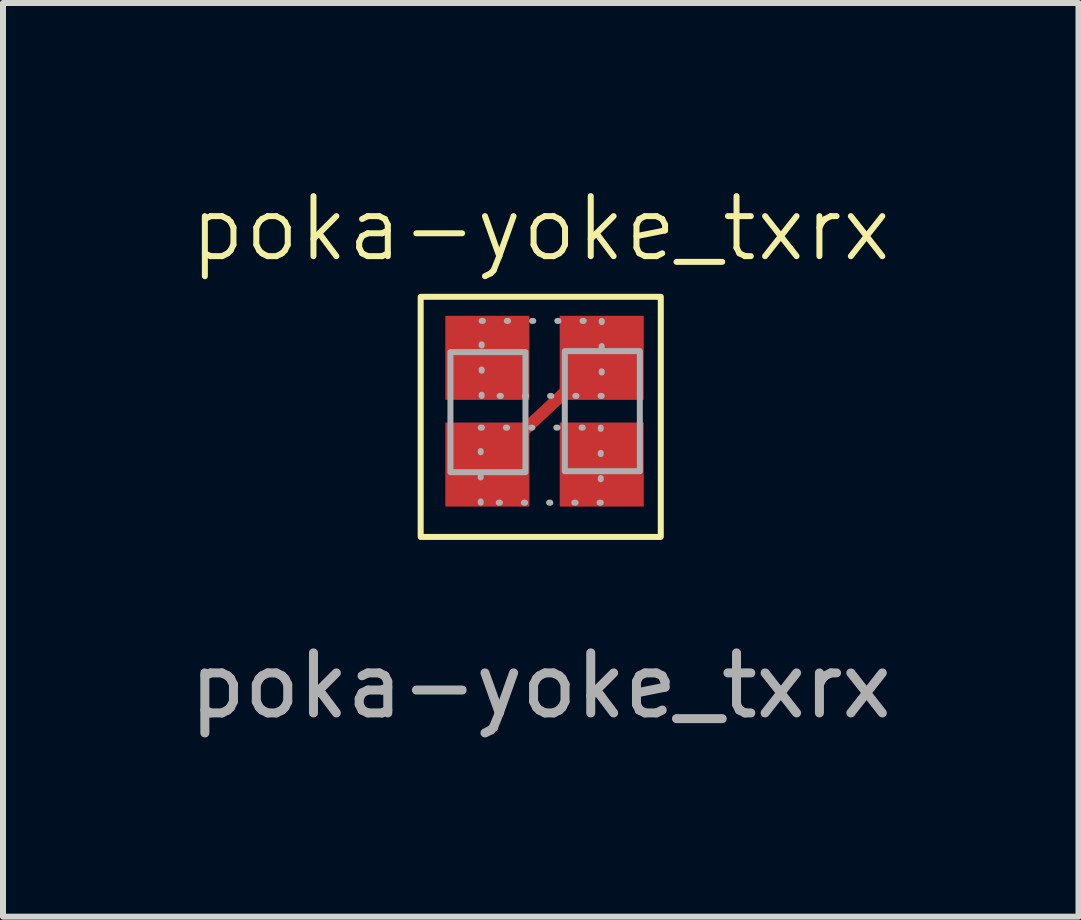
<source format=kicad_pcb>
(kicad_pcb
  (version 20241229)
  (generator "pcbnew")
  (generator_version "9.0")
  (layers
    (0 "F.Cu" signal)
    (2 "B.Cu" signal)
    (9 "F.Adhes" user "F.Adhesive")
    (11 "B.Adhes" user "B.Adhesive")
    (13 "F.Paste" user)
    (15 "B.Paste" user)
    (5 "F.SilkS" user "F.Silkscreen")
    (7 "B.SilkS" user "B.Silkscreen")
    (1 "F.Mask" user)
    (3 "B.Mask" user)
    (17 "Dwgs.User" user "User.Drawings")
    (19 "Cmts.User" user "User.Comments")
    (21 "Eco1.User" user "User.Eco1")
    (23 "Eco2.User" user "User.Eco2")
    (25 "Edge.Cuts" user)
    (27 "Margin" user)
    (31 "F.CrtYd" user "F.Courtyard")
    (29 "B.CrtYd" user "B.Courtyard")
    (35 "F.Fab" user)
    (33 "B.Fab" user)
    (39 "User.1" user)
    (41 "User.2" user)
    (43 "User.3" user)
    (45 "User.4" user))
  (footprint "poka-yoke_txrx"
    (layer "F.Cu")
    (at 5.958 1.26)
    (property "Reference" "poka-yoke_txrx" (at 0 -0.5 0) (unlocked yes) (layer "F.SilkS") (effects (font (size 1 1) (thickness 0.1))))
    (fp_line (start -0.889 3.429) (end 1.016 1.651) (stroke (width 0.2) (type default)) (layer "F.Cu"))
    (fp_rect (start -2 0.635) (end 2 4.635) (stroke (width 0.1) (type default)) (fill no) (layer "F.SilkS"))
    (fp_rect (start -1.504 3.556) (end -0.254 1.556) (stroke (width 0.1) (type default)) (fill no) (layer "F.Fab"))
    (fp_rect (start 0.401 3.54) (end 1.651 1.54) (stroke (width 0.1) (type default)) (fill no) (layer "F.Fab"))
    (fp_rect (start 1 4.064) (end -1 2.814) (stroke (width 0.1) (type dot)) (fill no) (layer "F.Fab"))
    (fp_rect (start 1.016 2.286) (end -0.984 1.036) (stroke (width 0.1) (type dot)) (fill no) (layer "F.Fab"))
    (fp_text user "${REFERENCE}" (at 0 7.112 0) (unlocked yes) (layer "F.Fab") (effects (font (size 1 1) (thickness 0.15))))
    (pad "1" smd rect (at -0.889 1.651) (size 1.4 1.4) (layers "F.Cu" "F.Mask" "F.Paste"))
    (pad "2" smd rect (at -0.889 3.429) (size 1.4 1.4) (layers "F.Cu" "F.Mask" "F.Paste"))
    (pad "3" smd rect (at 1.016 3.429) (size 1.4 1.4) (layers "F.Cu" "F.Mask" "F.Paste"))
    (pad "4" smd rect (at 1.016 1.651) (size 1.4 1.4) (layers "F.Cu" "F.Mask" "F.Paste")))
  (gr_rect
    (start -3 -3)
    (end 14.917 12.221)
    (stroke (width 0.1) (type default))
    (fill no)
    (layer "Edge.Cuts")))
</source>
